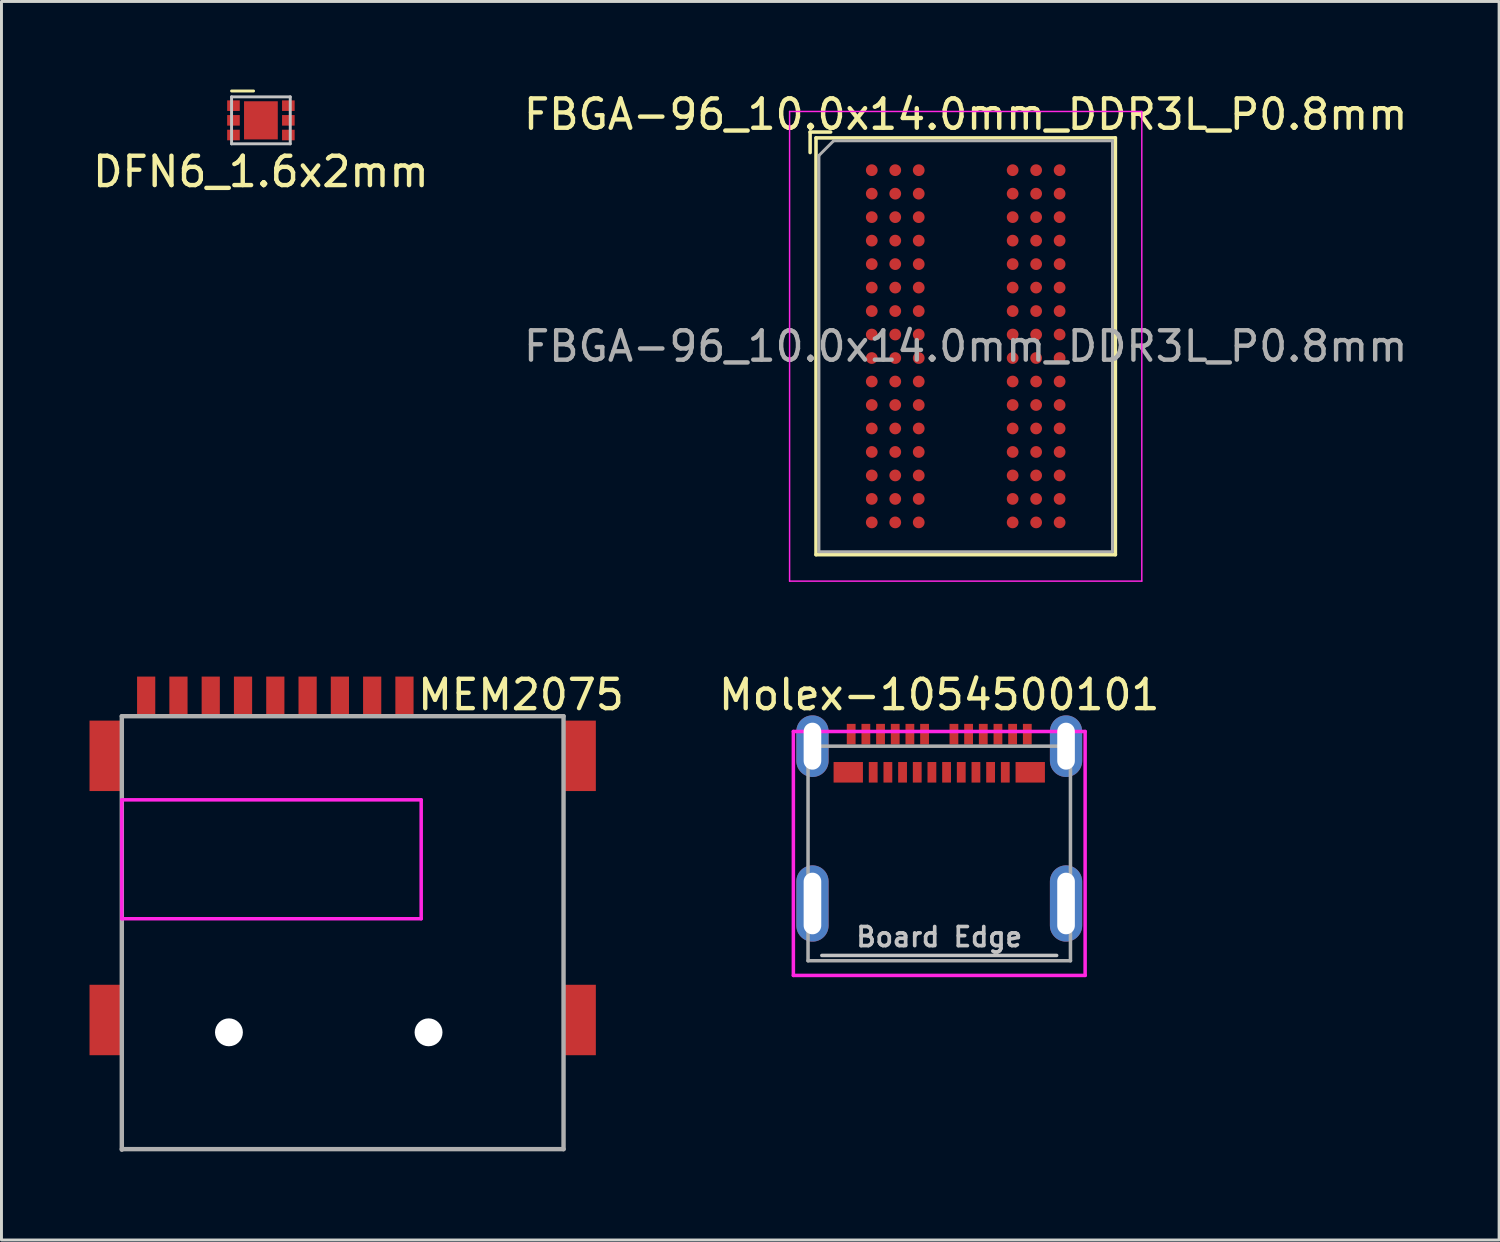
<source format=kicad_pcb>
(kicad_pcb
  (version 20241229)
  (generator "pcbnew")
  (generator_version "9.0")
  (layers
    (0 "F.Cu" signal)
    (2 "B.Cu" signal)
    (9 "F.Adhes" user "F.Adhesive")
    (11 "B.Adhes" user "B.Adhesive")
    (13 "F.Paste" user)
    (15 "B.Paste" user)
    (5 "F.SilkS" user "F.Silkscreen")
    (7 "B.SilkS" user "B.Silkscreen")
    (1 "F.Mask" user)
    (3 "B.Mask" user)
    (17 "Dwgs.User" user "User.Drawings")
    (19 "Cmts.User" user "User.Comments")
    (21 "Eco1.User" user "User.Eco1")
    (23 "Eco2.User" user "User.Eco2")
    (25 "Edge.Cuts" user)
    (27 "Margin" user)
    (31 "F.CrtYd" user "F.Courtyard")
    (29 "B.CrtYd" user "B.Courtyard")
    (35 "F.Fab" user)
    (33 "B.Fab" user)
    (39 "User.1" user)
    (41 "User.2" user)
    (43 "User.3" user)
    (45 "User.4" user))
  (footprint "MEM2075"
    (layer "F.Cu")
    (at 8.7 32.121)
    (property "Reference" "MEM2075" (at 6 -11.5 0) (layer "F.SilkS") (effects (font (size 1 1) (thickness 0.15))))
    (attr through_hole)
    (fp_line (start -7.6 -7.92) (end -7.6 -3.87) (stroke (width 0.12) (type solid)) (layer "F.CrtYd"))
    (fp_line (start -7.6 -7.92) (end 2.6 -7.92) (stroke (width 0.12) (type solid)) (layer "F.CrtYd"))
    (fp_line (start 2.6 -7.92) (end 2.6 -3.87) (stroke (width 0.12) (type solid)) (layer "F.CrtYd"))
    (fp_line (start 2.6 -3.87) (end -7.6 -3.87) (stroke (width 0.12) (type solid)) (layer "F.CrtYd"))
    (fp_line (start -7.6 -10.77) (end 7.45 -10.77) (stroke (width 0.15) (type solid)) (layer "F.Fab"))
    (fp_line (start -7.6 3.98) (end 7.45 3.98) (stroke (width 0.15) (type solid)) (layer "F.Fab"))
    (fp_line (start -7.6 4) (end -7.6 -10.77) (stroke (width 0.15) (type solid)) (layer "F.Fab"))
    (fp_line (start 7.45 -10.77) (end 7.45 3.98) (stroke (width 0.15) (type solid)) (layer "F.Fab"))
    (pad "" np_thru_hole circle (at -3.95 0) (size 0.95 0.95) (drill 0.95) (layers "*.Cu" "*.Mask"))
    (pad "" np_thru_hole circle (at 2.85 0) (size 0.95 0.95) (drill 0.95) (layers "*.Cu" "*.Mask"))
    (pad "1" smd rect (at 2.03 -11.42) (size 0.62 1.4) (layers "F.Cu" "F.Mask" "F.Paste"))
    (pad "2" smd rect (at 0.93 -11.42) (size 0.62 1.4) (layers "F.Cu" "F.Mask" "F.Paste"))
    (pad "3" smd rect (at -0.17 -11.42) (size 0.62 1.4) (layers "F.Cu" "F.Mask" "F.Paste"))
    (pad "4" smd rect (at -1.27 -11.42) (size 0.62 1.4) (layers "F.Cu" "F.Mask" "F.Paste"))
    (pad "5" smd rect (at -2.37 -11.42) (size 0.62 1.4) (layers "F.Cu" "F.Mask" "F.Paste"))
    (pad "6" smd rect (at -3.47 -11.42) (size 0.62 1.4) (layers "F.Cu" "F.Mask" "F.Paste"))
    (pad "7" smd rect (at -4.57 -11.42) (size 0.62 1.4) (layers "F.Cu" "F.Mask" "F.Paste"))
    (pad "8" smd rect (at -5.67 -11.42) (size 0.62 1.4) (layers "F.Cu" "F.Mask" "F.Paste"))
    (pad "9" smd rect (at -6.77 -11.42) (size 0.62 1.4) (layers "F.Cu" "F.Mask" "F.Paste"))
    (pad "10" smd rect (at -8.15 -9.42) (size 1.1 2.4) (layers "F.Cu" "F.Mask" "F.Paste"))
    (pad "10" smd rect (at -8.15 -0.42) (size 1.1 2.4) (layers "F.Cu" "F.Mask" "F.Paste"))
    (pad "10" smd rect (at 8 -9.42) (size 1.1 2.4) (layers "F.Cu" "F.Mask" "F.Paste"))
    (pad "10" smd rect (at 8 -0.42) (size 1.1 2.4) (layers "F.Cu" "F.Mask" "F.Paste")))
  (footprint "Molex-1054500101"
    (layer "F.Cu")
    (at 28.95 22.372)
    (property "Reference" "Molex-1054500101" (at 0 -1.75 0) (layer "F.SilkS") (effects (font (size 1 1) (thickness 0.15))))
    (attr through_hole)
    (fp_line (start -4.77 -0.55) (end -4.77 0.55) (stroke (width 0.2) (type solid)) (layer "F.Paste"))
    (fp_line (start -4.77 4.56) (end -4.77 6.16) (stroke (width 0.2) (type solid)) (layer "F.Paste"))
    (fp_line (start -3.87 -0.55) (end -3.87 0.55) (stroke (width 0.2) (type solid)) (layer "F.Paste"))
    (fp_line (start -3.87 4.56) (end -3.87 6.16) (stroke (width 0.2) (type solid)) (layer "F.Paste"))
    (fp_line (start 3.87 -0.55) (end 3.87 0.55) (stroke (width 0.2) (type solid)) (layer "F.Paste"))
    (fp_line (start 3.87 4.56) (end 3.87 6.16) (stroke (width 0.2) (type solid)) (layer "F.Paste"))
    (fp_line (start 4.77 -0.55) (end 4.77 0.55) (stroke (width 0.2) (type solid)) (layer "F.Paste"))
    (fp_line (start 4.77 4.56) (end 4.77 6.16) (stroke (width 0.2) (type solid)) (layer "F.Paste"))
    (fp_line (start -4 7.13) (end 4 7.13) (stroke (width 0.12) (type solid)) (layer "Dwgs.User"))
    (fp_line (start -4.97 -0.5) (end -4.97 7.81) (stroke (width 0.12) (type solid)) (layer "F.CrtYd"))
    (fp_line (start -4.97 7.81) (end 4.97 7.81) (stroke (width 0.12) (type solid)) (layer "F.CrtYd"))
    (fp_line (start 4.97 -0.5) (end -4.97 -0.5) (stroke (width 0.12) (type solid)) (layer "F.CrtYd"))
    (fp_line (start 4.97 7.81) (end 4.97 -0.5) (stroke (width 0.12) (type solid)) (layer "F.CrtYd"))
    (fp_line (start -4.47 0) (end -4.47 7.31) (stroke (width 0.12) (type solid)) (layer "F.Fab"))
    (fp_line (start -4.47 7.31) (end 4.47 7.31) (stroke (width 0.12) (type solid)) (layer "F.Fab"))
    (fp_line (start 4.47 0) (end -4.47 0) (stroke (width 0.12) (type solid)) (layer "F.Fab"))
    (fp_line (start 4.47 7.31) (end 4.47 0) (stroke (width 0.12) (type solid)) (layer "F.Fab"))
    (fp_text user "Board Edge" (at 0 6.5 0) (layer "Dwgs.User") (effects (font (size 0.65 0.65) (thickness 0.125))))
    (pad "A1" smd rect (at -3 -0.41) (size 0.3 0.7) (layers "F.Cu" "F.Mask" "F.Paste"))
    (pad "A2" smd rect (at -2.5 -0.41) (size 0.3 0.7) (layers "F.Cu" "F.Mask" "F.Paste"))
    (pad "A3" smd rect (at -2 -0.41) (size 0.3 0.7) (layers "F.Cu" "F.Mask" "F.Paste"))
    (pad "A4" smd rect (at -1.5 -0.41) (size 0.3 0.7) (layers "F.Cu" "F.Mask" "F.Paste"))
    (pad "A5" smd rect (at -1 -0.41) (size 0.3 0.7) (layers "F.Cu" "F.Mask" "F.Paste"))
    (pad "A6" smd rect (at -0.5 -0.41) (size 0.3 0.7) (layers "F.Cu" "F.Mask" "F.Paste"))
    (pad "A7" smd rect (at 0.5 -0.41) (size 0.3 0.7) (layers "F.Cu" "F.Mask" "F.Paste"))
    (pad "A8" smd rect (at 1 -0.41) (size 0.3 0.7) (layers "F.Cu" "F.Mask" "F.Paste"))
    (pad "A9" smd rect (at 1.5 -0.41) (size 0.3 0.7) (layers "F.Cu" "F.Mask" "F.Paste"))
    (pad "A10" smd rect (at 2 -0.41) (size 0.3 0.7) (layers "F.Cu" "F.Mask" "F.Paste"))
    (pad "A11" smd rect (at 2.5 -0.41) (size 0.3 0.7) (layers "F.Cu" "F.Mask" "F.Paste"))
    (pad "A12" smd rect (at 3 -0.41) (size 0.3 0.7) (layers "F.Cu" "F.Mask" "F.Paste"))
    (pad "B1" smd rect (at 3.1 0.89) (size 1 0.7) (layers "F.Cu" "F.Mask" "F.Paste"))
    (pad "B2" smd rect (at 2.25 0.89) (size 0.3 0.7) (layers "F.Cu" "F.Mask" "F.Paste"))
    (pad "B3" smd rect (at 1.75 0.89) (size 0.3 0.7) (layers "F.Cu" "F.Mask" "F.Paste"))
    (pad "B4" smd rect (at 1.25 0.89) (size 0.3 0.7) (layers "F.Cu" "F.Mask" "F.Paste"))
    (pad "B5" smd rect (at 0.75 0.89) (size 0.3 0.7) (layers "F.Cu" "F.Mask" "F.Paste"))
    (pad "B6" smd rect (at 0.25 0.89) (size 0.3 0.7) (layers "F.Cu" "F.Mask" "F.Paste"))
    (pad "B7" smd rect (at -0.25 0.89) (size 0.3 0.7) (layers "F.Cu" "F.Mask" "F.Paste"))
    (pad "B8" smd rect (at -0.75 0.89) (size 0.3 0.7) (layers "F.Cu" "F.Mask" "F.Paste"))
    (pad "B9" smd rect (at -1.25 0.89) (size 0.3 0.7) (layers "F.Cu" "F.Mask" "F.Paste"))
    (pad "B10" smd rect (at -1.75 0.89) (size 0.3 0.7) (layers "F.Cu" "F.Mask" "F.Paste"))
    (pad "B11" smd rect (at -2.25 0.89) (size 0.3 0.7) (layers "F.Cu" "F.Mask" "F.Paste"))
    (pad "B12" smd rect (at -3.1 0.89) (size 1 0.7) (layers "F.Cu" "F.Mask" "F.Paste"))
    (pad "S1" thru_hole oval (at -4.32 0) (size 1.1 2.1) (drill oval 0.6 1.6) (layers "*.Cu" "*.Mask"))
    (pad "S1" thru_hole oval (at -4.32 5.36) (size 1.1 2.6) (drill oval 0.6 2.1) (layers "*.Cu" "*.Mask"))
    (pad "S1" thru_hole oval (at 4.32 0) (size 1.1 2.1) (drill oval 0.6 1.6) (layers "*.Cu" "*.Mask"))
    (pad "S1" thru_hole oval (at 4.32 5.36) (size 1.1 2.6) (drill oval 0.6 2.1) (layers "*.Cu" "*.Mask")))
  (footprint "FBGA-96_10.0x14.0mm_DDR3L_P0.8mm"
    (layer "F.Cu")
    (at 29.851 8.748)
    (property "Reference" "FBGA-96_10.0x14.0mm_DDR3L_P0.8mm" (at 0 -7.9 0) (layer "F.SilkS") (effects (font (size 1 1) (thickness 0.15))))
    (attr smd)
    (fp_line (start -5.3 -7.3) (end -5.3 -6.6) (stroke (width 0.12) (type solid)) (layer "F.SilkS"))
    (fp_line (start -5.1 -7.1) (end -5.1 7.1) (stroke (width 0.12) (type solid)) (layer "F.SilkS"))
    (fp_line (start -5.1 7.1) (end 5.1 7.1) (stroke (width 0.12) (type solid)) (layer "F.SilkS"))
    (fp_line (start -4.6 -7.3) (end -5.3 -7.3) (stroke (width 0.12) (type solid)) (layer "F.SilkS"))
    (fp_line (start 5.1 -7.1) (end -5.1 -7.1) (stroke (width 0.12) (type solid)) (layer "F.SilkS"))
    (fp_line (start 5.1 7.1) (end 5.1 -7.1) (stroke (width 0.12) (type solid)) (layer "F.SilkS"))
    (fp_line (start -6 -8) (end -6 8) (stroke (width 0.05) (type solid)) (layer "F.CrtYd"))
    (fp_line (start -6 -8) (end 6 -8) (stroke (width 0.05) (type solid)) (layer "F.CrtYd"))
    (fp_line (start 6 8) (end -6 8) (stroke (width 0.05) (type solid)) (layer "F.CrtYd"))
    (fp_line (start 6 8) (end 6 -8) (stroke (width 0.05) (type solid)) (layer "F.CrtYd"))
    (fp_line (start -5 -6.5) (end -5 7) (stroke (width 0.1) (type solid)) (layer "F.Fab"))
    (fp_line (start -5 7) (end 5 7) (stroke (width 0.1) (type solid)) (layer "F.Fab"))
    (fp_line (start -4.5 -7) (end -5 -6.5) (stroke (width 0.1) (type solid)) (layer "F.Fab"))
    (fp_line (start 5 -7) (end -4.5 -7) (stroke (width 0.1) (type solid)) (layer "F.Fab"))
    (fp_line (start 5 7) (end 5 -7) (stroke (width 0.1) (type solid)) (layer "F.Fab"))
    (fp_text user "${REFERENCE}" (at 0 0 0) (layer "F.Fab") (effects (font (size 1 1) (thickness 0.15))))
    (pad "A1" smd circle (at -3.2 -6) (size 0.4 0.4) (layers "F.Cu" "F.Mask" "F.Paste"))
    (pad "A2" smd circle (at -2.4 -6) (size 0.4 0.4) (layers "F.Cu" "F.Mask" "F.Paste"))
    (pad "A3" smd circle (at -1.6 -6) (size 0.4 0.4) (layers "F.Cu" "F.Mask" "F.Paste"))
    (pad "A7" smd circle (at 1.6 -6) (size 0.4 0.4) (layers "F.Cu" "F.Mask" "F.Paste"))
    (pad "A8" smd circle (at 2.4 -6) (size 0.4 0.4) (layers "F.Cu" "F.Mask" "F.Paste"))
    (pad "A9" smd circle (at 3.2 -6) (size 0.4 0.4) (layers "F.Cu" "F.Mask" "F.Paste"))
    (pad "B1" smd circle (at -3.2 -5.2) (size 0.4 0.4) (layers "F.Cu" "F.Mask" "F.Paste"))
    (pad "B2" smd circle (at -2.4 -5.2) (size 0.4 0.4) (layers "F.Cu" "F.Mask" "F.Paste"))
    (pad "B3" smd circle (at -1.6 -5.2) (size 0.4 0.4) (layers "F.Cu" "F.Mask" "F.Paste"))
    (pad "B7" smd circle (at 1.6 -5.2) (size 0.4 0.4) (layers "F.Cu" "F.Mask" "F.Paste"))
    (pad "B8" smd circle (at 2.4 -5.2) (size 0.4 0.4) (layers "F.Cu" "F.Mask" "F.Paste"))
    (pad "B9" smd circle (at 3.2 -5.2) (size 0.4 0.4) (layers "F.Cu" "F.Mask" "F.Paste"))
    (pad "C1" smd circle (at -3.2 -4.4) (size 0.4 0.4) (layers "F.Cu" "F.Mask" "F.Paste"))
    (pad "C2" smd circle (at -2.4 -4.4) (size 0.4 0.4) (layers "F.Cu" "F.Mask" "F.Paste"))
    (pad "C3" smd circle (at -1.6 -4.4) (size 0.4 0.4) (layers "F.Cu" "F.Mask" "F.Paste"))
    (pad "C7" smd circle (at 1.6 -4.4) (size 0.4 0.4) (layers "F.Cu" "F.Mask" "F.Paste"))
    (pad "C8" smd circle (at 2.4 -4.4) (size 0.4 0.4) (layers "F.Cu" "F.Mask" "F.Paste"))
    (pad "C9" smd circle (at 3.2 -4.4) (size 0.4 0.4) (layers "F.Cu" "F.Mask" "F.Paste"))
    (pad "D1" smd circle (at -3.2 -3.6) (size 0.4 0.4) (layers "F.Cu" "F.Mask" "F.Paste"))
    (pad "D2" smd circle (at -2.4 -3.6) (size 0.4 0.4) (layers "F.Cu" "F.Mask" "F.Paste"))
    (pad "D3" smd circle (at -1.6 -3.6) (size 0.4 0.4) (layers "F.Cu" "F.Mask" "F.Paste"))
    (pad "D7" smd circle (at 1.6 -3.6) (size 0.4 0.4) (layers "F.Cu" "F.Mask" "F.Paste"))
    (pad "D8" smd circle (at 2.4 -3.6) (size 0.4 0.4) (layers "F.Cu" "F.Mask" "F.Paste"))
    (pad "D9" smd circle (at 3.2 -3.6) (size 0.4 0.4) (layers "F.Cu" "F.Mask" "F.Paste"))
    (pad "E1" smd circle (at -3.2 -2.8) (size 0.4 0.4) (layers "F.Cu" "F.Mask" "F.Paste"))
    (pad "E2" smd circle (at -2.4 -2.8) (size 0.4 0.4) (layers "F.Cu" "F.Mask" "F.Paste"))
    (pad "E3" smd circle (at -1.6 -2.8) (size 0.4 0.4) (layers "F.Cu" "F.Mask" "F.Paste"))
    (pad "E7" smd circle (at 1.6 -2.8) (size 0.4 0.4) (layers "F.Cu" "F.Mask" "F.Paste"))
    (pad "E8" smd circle (at 2.4 -2.8) (size 0.4 0.4) (layers "F.Cu" "F.Mask" "F.Paste"))
    (pad "E9" smd circle (at 3.2 -2.8) (size 0.4 0.4) (layers "F.Cu" "F.Mask" "F.Paste"))
    (pad "F1" smd circle (at -3.2 -2) (size 0.4 0.4) (layers "F.Cu" "F.Mask" "F.Paste"))
    (pad "F2" smd circle (at -2.4 -2) (size 0.4 0.4) (layers "F.Cu" "F.Mask" "F.Paste"))
    (pad "F3" smd circle (at -1.6 -2) (size 0.4 0.4) (layers "F.Cu" "F.Mask" "F.Paste"))
    (pad "F7" smd circle (at 1.6 -2) (size 0.4 0.4) (layers "F.Cu" "F.Mask" "F.Paste"))
    (pad "F8" smd circle (at 2.4 -2) (size 0.4 0.4) (layers "F.Cu" "F.Mask" "F.Paste"))
    (pad "F9" smd circle (at 3.2 -2) (size 0.4 0.4) (layers "F.Cu" "F.Mask" "F.Paste"))
    (pad "G1" smd circle (at -3.2 -1.2) (size 0.4 0.4) (layers "F.Cu" "F.Mask" "F.Paste"))
    (pad "G2" smd circle (at -2.4 -1.2) (size 0.4 0.4) (layers "F.Cu" "F.Mask" "F.Paste"))
    (pad "G3" smd circle (at -1.6 -1.2) (size 0.4 0.4) (layers "F.Cu" "F.Mask" "F.Paste"))
    (pad "G7" smd circle (at 1.6 -1.2) (size 0.4 0.4) (layers "F.Cu" "F.Mask" "F.Paste"))
    (pad "G8" smd circle (at 2.4 -1.2) (size 0.4 0.4) (layers "F.Cu" "F.Mask" "F.Paste"))
    (pad "G9" smd circle (at 3.2 -1.2) (size 0.4 0.4) (layers "F.Cu" "F.Mask" "F.Paste"))
    (pad "H1" smd circle (at -3.2 -0.4) (size 0.4 0.4) (layers "F.Cu" "F.Mask" "F.Paste"))
    (pad "H2" smd circle (at -2.4 -0.4) (size 0.4 0.4) (layers "F.Cu" "F.Mask" "F.Paste"))
    (pad "H3" smd circle (at -1.6 -0.4) (size 0.4 0.4) (layers "F.Cu" "F.Mask" "F.Paste"))
    (pad "H7" smd circle (at 1.6 -0.4) (size 0.4 0.4) (layers "F.Cu" "F.Mask" "F.Paste"))
    (pad "H8" smd circle (at 2.4 -0.4) (size 0.4 0.4) (layers "F.Cu" "F.Mask" "F.Paste"))
    (pad "H9" smd circle (at 3.2 -0.4) (size 0.4 0.4) (layers "F.Cu" "F.Mask" "F.Paste"))
    (pad "J1" smd circle (at -3.2 0.4) (size 0.4 0.4) (layers "F.Cu" "F.Mask" "F.Paste"))
    (pad "J2" smd circle (at -2.4 0.4) (size 0.4 0.4) (layers "F.Cu" "F.Mask" "F.Paste"))
    (pad "J3" smd circle (at -1.6 0.4) (size 0.4 0.4) (layers "F.Cu" "F.Mask" "F.Paste"))
    (pad "J7" smd circle (at 1.6 0.4) (size 0.4 0.4) (layers "F.Cu" "F.Mask" "F.Paste"))
    (pad "J8" smd circle (at 2.4 0.4) (size 0.4 0.4) (layers "F.Cu" "F.Mask" "F.Paste"))
    (pad "J9" smd circle (at 3.2 0.4) (size 0.4 0.4) (layers "F.Cu" "F.Mask" "F.Paste"))
    (pad "K1" smd circle (at -3.2 1.2) (size 0.4 0.4) (layers "F.Cu" "F.Mask" "F.Paste"))
    (pad "K2" smd circle (at -2.4 1.2) (size 0.4 0.4) (layers "F.Cu" "F.Mask" "F.Paste"))
    (pad "K3" smd circle (at -1.6 1.2) (size 0.4 0.4) (layers "F.Cu" "F.Mask" "F.Paste"))
    (pad "K7" smd circle (at 1.6 1.2) (size 0.4 0.4) (layers "F.Cu" "F.Mask" "F.Paste"))
    (pad "K8" smd circle (at 2.4 1.2) (size 0.4 0.4) (layers "F.Cu" "F.Mask" "F.Paste"))
    (pad "K9" smd circle (at 3.2 1.2) (size 0.4 0.4) (layers "F.Cu" "F.Mask" "F.Paste"))
    (pad "L1" smd circle (at -3.2 2) (size 0.4 0.4) (layers "F.Cu" "F.Mask" "F.Paste"))
    (pad "L2" smd circle (at -2.4 2) (size 0.4 0.4) (layers "F.Cu" "F.Mask" "F.Paste"))
    (pad "L3" smd circle (at -1.6 2) (size 0.4 0.4) (layers "F.Cu" "F.Mask" "F.Paste"))
    (pad "L7" smd circle (at 1.6 2) (size 0.4 0.4) (layers "F.Cu" "F.Mask" "F.Paste"))
    (pad "L8" smd circle (at 2.4 2) (size 0.4 0.4) (layers "F.Cu" "F.Mask" "F.Paste"))
    (pad "L9" smd circle (at 3.2 2) (size 0.4 0.4) (layers "F.Cu" "F.Mask" "F.Paste"))
    (pad "M1" smd circle (at -3.2 2.8) (size 0.4 0.4) (layers "F.Cu" "F.Mask" "F.Paste"))
    (pad "M2" smd circle (at -2.4 2.8) (size 0.4 0.4) (layers "F.Cu" "F.Mask" "F.Paste"))
    (pad "M3" smd circle (at -1.6 2.8) (size 0.4 0.4) (layers "F.Cu" "F.Mask" "F.Paste"))
    (pad "M7" smd circle (at 1.6 2.8) (size 0.4 0.4) (layers "F.Cu" "F.Mask" "F.Paste"))
    (pad "M8" smd circle (at 2.4 2.8) (size 0.4 0.4) (layers "F.Cu" "F.Mask" "F.Paste"))
    (pad "M9" smd circle (at 3.2 2.8) (size 0.4 0.4) (layers "F.Cu" "F.Mask" "F.Paste"))
    (pad "N1" smd circle (at -3.2 3.6) (size 0.4 0.4) (layers "F.Cu" "F.Mask" "F.Paste"))
    (pad "N2" smd circle (at -2.4 3.6) (size 0.4 0.4) (layers "F.Cu" "F.Mask" "F.Paste"))
    (pad "N3" smd circle (at -1.6 3.6) (size 0.4 0.4) (layers "F.Cu" "F.Mask" "F.Paste"))
    (pad "N7" smd circle (at 1.6 3.6) (size 0.4 0.4) (layers "F.Cu" "F.Mask" "F.Paste"))
    (pad "N8" smd circle (at 2.4 3.6) (size 0.4 0.4) (layers "F.Cu" "F.Mask" "F.Paste"))
    (pad "N9" smd circle (at 3.2 3.6) (size 0.4 0.4) (layers "F.Cu" "F.Mask" "F.Paste"))
    (pad "P1" smd circle (at -3.2 4.4) (size 0.4 0.4) (layers "F.Cu" "F.Mask" "F.Paste"))
    (pad "P2" smd circle (at -2.4 4.4) (size 0.4 0.4) (layers "F.Cu" "F.Mask" "F.Paste"))
    (pad "P3" smd circle (at -1.6 4.4) (size 0.4 0.4) (layers "F.Cu" "F.Mask" "F.Paste"))
    (pad "P7" smd circle (at 1.6 4.4) (size 0.4 0.4) (layers "F.Cu" "F.Mask" "F.Paste"))
    (pad "P8" smd circle (at 2.4 4.4) (size 0.4 0.4) (layers "F.Cu" "F.Mask" "F.Paste"))
    (pad "P9" smd circle (at 3.2 4.4) (size 0.4 0.4) (layers "F.Cu" "F.Mask" "F.Paste"))
    (pad "R1" smd circle (at -3.2 5.2) (size 0.4 0.4) (layers "F.Cu" "F.Mask" "F.Paste"))
    (pad "R2" smd circle (at -2.4 5.2) (size 0.4 0.4) (layers "F.Cu" "F.Mask" "F.Paste"))
    (pad "R3" smd circle (at -1.6 5.2) (size 0.4 0.4) (layers "F.Cu" "F.Mask" "F.Paste"))
    (pad "R7" smd circle (at 1.6 5.2) (size 0.4 0.4) (layers "F.Cu" "F.Mask" "F.Paste"))
    (pad "R8" smd circle (at 2.4 5.2) (size 0.4 0.4) (layers "F.Cu" "F.Mask" "F.Paste"))
    (pad "R9" smd circle (at 3.2 5.2) (size 0.4 0.4) (layers "F.Cu" "F.Mask" "F.Paste"))
    (pad "T1" smd circle (at -3.2 6) (size 0.4 0.4) (layers "F.Cu" "F.Mask" "F.Paste"))
    (pad "T2" smd circle (at -2.4 6) (size 0.4 0.4) (layers "F.Cu" "F.Mask" "F.Paste"))
    (pad "T3" smd circle (at -1.6 6) (size 0.4 0.4) (layers "F.Cu" "F.Mask" "F.Paste"))
    (pad "T7" smd circle (at 1.6 6) (size 0.4 0.4) (layers "F.Cu" "F.Mask" "F.Paste"))
    (pad "T8" smd circle (at 2.4 6) (size 0.4 0.4) (layers "F.Cu" "F.Mask" "F.Paste"))
    (pad "T9" smd circle (at 3.2 6) (size 0.4 0.4) (layers "F.Cu" "F.Mask" "F.Paste")))
  (footprint "DFN6_1.6x2mm"
    (layer "F.Cu")
    (at 5.839 1.05)
    (property "Reference" "DFN6_1.6x2mm" (at 0 1.75 0) (layer "F.SilkS") (effects (font (size 1 1) (thickness 0.15))))
    (attr through_hole)
    (fp_line (start -1 -1) (end -0.25 -1) (stroke (width 0.1) (type solid)) (layer "F.SilkS"))
    (fp_line (start -1 -0.8) (end 1 -0.8) (stroke (width 0.1) (type solid)) (layer "Dwgs.User"))
    (fp_line (start -1 0.8) (end -1 -0.8) (stroke (width 0.1) (type solid)) (layer "Dwgs.User"))
    (fp_line (start 1 -0.8) (end 1 0.8) (stroke (width 0.1) (type solid)) (layer "Dwgs.User"))
    (fp_line (start 1 0.8) (end -1 0.8) (stroke (width 0.1) (type solid)) (layer "Dwgs.User"))
    (pad "1" smd rect (at -0.935 -0.5) (size 0.43 0.36) (layers "F.Cu" "F.Mask" "F.Paste"))
    (pad "2" smd rect (at -0.935 0) (size 0.43 0.36) (layers "F.Cu" "F.Mask" "F.Paste"))
    (pad "3" smd rect (at -0.935 0.5) (size 0.43 0.36) (layers "F.Cu" "F.Mask" "F.Paste"))
    (pad "4" smd rect (at 0.935 0.5) (size 0.43 0.36) (layers "F.Cu" "F.Mask" "F.Paste"))
    (pad "5" smd rect (at 0.935 0) (size 0.43 0.36) (layers "F.Cu" "F.Mask" "F.Paste"))
    (pad "6" smd rect (at 0.935 -0.5) (size 0.43 0.36) (layers "F.Cu" "F.Mask" "F.Paste"))
    (pad "7" smd rect (at 0 0) (size 1.15 1.3) (layers "F.Cu" "F.Mask" "F.Paste")))
  (gr_rect
    (start -3 -3)
    (end 48.024 39.197)
    (stroke (width 0.1) (type default))
    (fill no)
    (layer "Edge.Cuts")))
</source>
